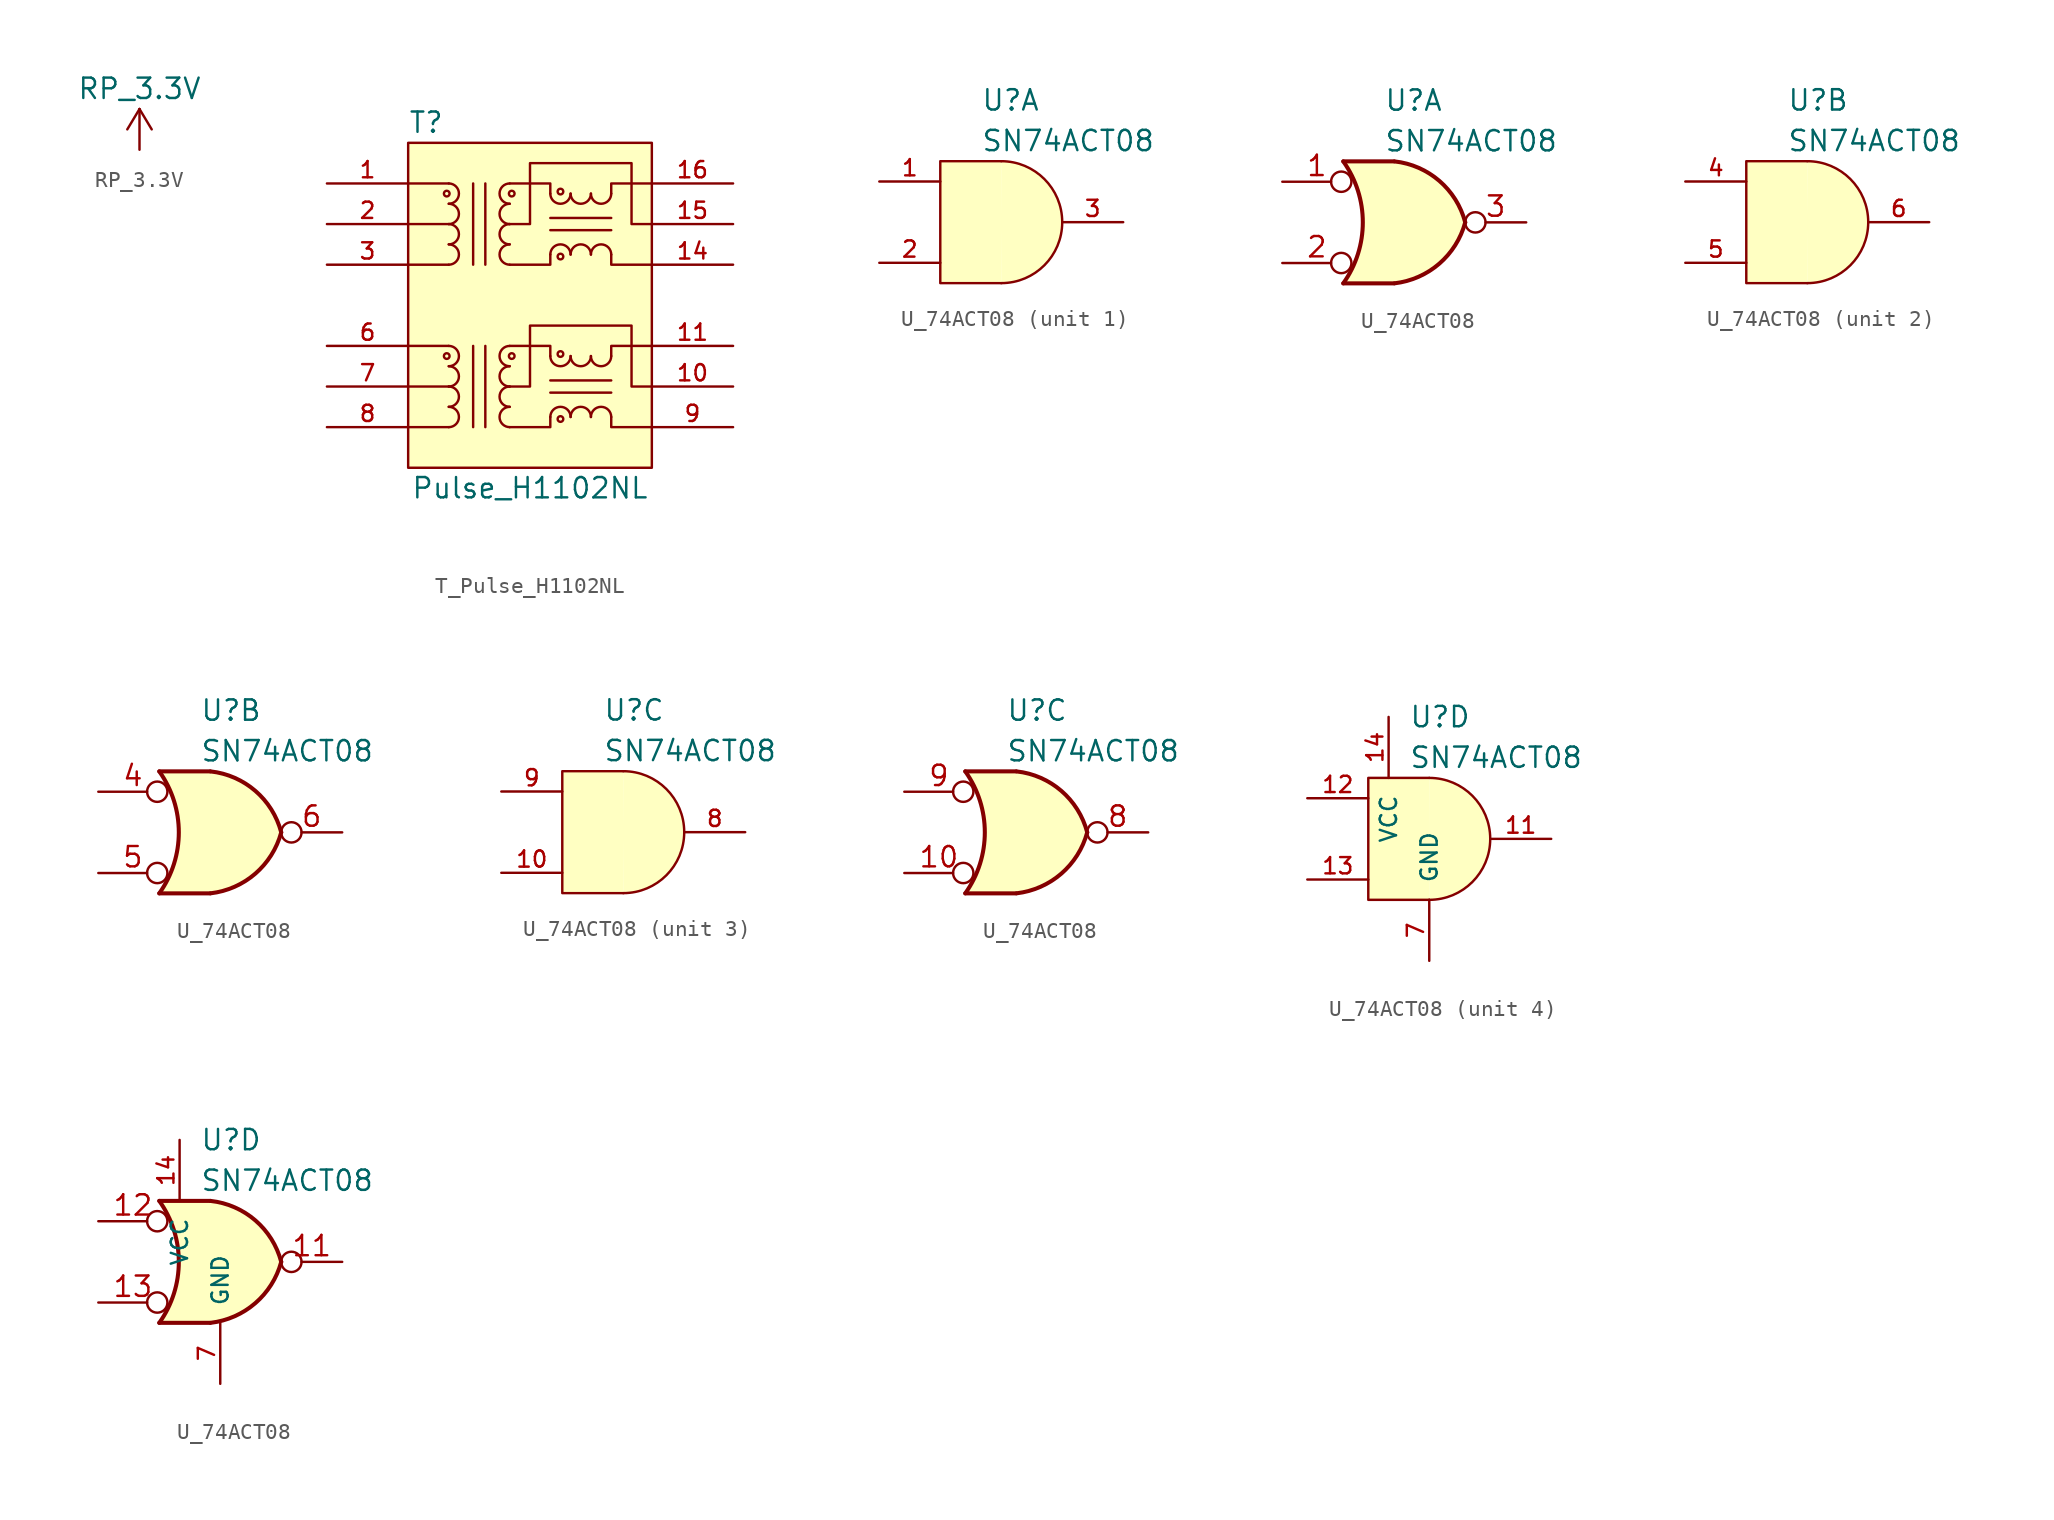
<source format=kicad_sym>
(kicad_symbol_lib
  (version 20220914)
  (generator kicad_symbol_editor)
  (symbol "RP_3.3V"
    (power)
    (pin_names
      (offset 0))
    (property "Reference" "#PWR"
      (at 0 -1.27 0)
      (effects (font (size 1.27 1.27)) hide))
    (property "Value" "RP_3.3V"
      (at 0 3.81 0)
      (effects (font (size 1.27 1.27))))
    (symbol "RP_3.3V_1_1"
      (polyline (pts (xy -0.762 1.27) (xy 0 2.54)) (stroke (width 0) (type default)) (fill (type none)))
      (polyline (pts (xy 0 0) (xy 0 2.54)) (stroke (width 0) (type default)) (fill (type none)))
      (polyline (pts (xy 0 2.54) (xy 0.762 1.27)) (stroke (width 0) (type default)) (fill (type none)))
      (pin power_in line (at 0 0 90) (length 0) hide (name "RP_3.3V" (effects (font (size 1.27 1.27)))) (number "1" (effects (font (size 1.27 1.27)))))))
  (symbol "T_Pulse_H1102NL"
    (pin_names hide)
    (property "Reference" "T"
      (at -7.62 11.43 0)
      (effects (font (size 1.27 1.27)) (justify left)))
    (property "Value" "Pulse_H1102NL"
      (at 0 -11.43 0)
      (effects (font (size 1.27 1.27))))
    (symbol "T_Pulse_H1102NL_0_1"
      (circle (center -5.207 -3.175) (radius 0.178) (stroke (width 0) (type default)) (fill (type none)))
      (arc (start -5.08 -7.62) (mid -4.4477 -6.985) (end -5.08 -6.35) (stroke (width 0) (type default)) (fill (type none)))
      (polyline (pts (xy -5.08 -7.62) (xy -7.62 -7.62)) (stroke (width 0) (type default)) (fill (type none)))
      (polyline (pts (xy -5.08 -5.08) (xy -7.62 -5.08)) (stroke (width 0) (type default)) (fill (type none)))
      (polyline (pts (xy -5.08 -2.54) (xy -7.62 -2.54)) (stroke (width 0) (type default)) (fill (type none)))
      (polyline (pts (xy -3.556 -2.54) (xy -3.556 -7.62)) (stroke (width 0) (type default)) (fill (type none)))
      (polyline (pts (xy -3.556 2.54) (xy -3.556 7.62)) (stroke (width 0) (type default)) (fill (type none)))
      (polyline (pts (xy -2.794 -7.62) (xy -2.794 -2.54)) (stroke (width 0) (type default)) (fill (type none)))
      (polyline (pts (xy -2.794 7.62) (xy -2.794 2.54)) (stroke (width 0) (type default)) (fill (type none)))
      (polyline (pts (xy 1.27 -5.461) (xy 5.08 -5.461)) (stroke (width 0) (type default)) (fill (type none)))
      (polyline (pts (xy 1.27 -4.699) (xy 5.08 -4.699)) (stroke (width 0) (type default)) (fill (type none)))
      (polyline (pts (xy -1.27 -2.54) (xy 1.27 -2.54) (xy 1.27 -3.175)) (stroke (width 0) (type default)) (fill (type none)))
      (polyline (pts (xy 1.27 -6.985) (xy 1.27 -7.62) (xy -1.27 -7.62)) (stroke (width 0) (type default)) (fill (type none)))
      (polyline (pts (xy 5.08 -6.985) (xy 5.08 -7.62) (xy 7.62 -7.62)) (stroke (width 0) (type default)) (fill (type none)))
      (polyline (pts (xy 5.08 -3.175) (xy 5.08 -2.54) (xy 7.62 -2.54)) (stroke (width 0) (type default)) (fill (type none))))
    (symbol "T_Pulse_H1102NL_1_1"
      (rectangle (start -7.62 10.16) (end 7.62 -10.16) (stroke (width 0) (type default)) (fill (type background)))
      (circle (center -5.207 6.985) (radius 0.178) (stroke (width 0) (type default)) (fill (type none)))
      (arc (start -5.08 -6.35) (mid -4.4477 -5.715) (end -5.08 -5.08) (stroke (width 0) (type default)) (fill (type none)))
      (arc (start -5.08 -5.08) (mid -4.4477 -4.445) (end -5.08 -3.81) (stroke (width 0) (type default)) (fill (type none)))
      (arc (start -5.08 -3.81) (mid -4.4477 -3.175) (end -5.08 -2.54) (stroke (width 0) (type default)) (fill (type none)))
      (arc (start -5.08 2.54) (mid -4.4477 3.175) (end -5.08 3.81) (stroke (width 0) (type default)) (fill (type none)))
      (arc (start -5.08 3.81) (mid -4.4477 4.445) (end -5.08 5.08) (stroke (width 0) (type default)) (fill (type none)))
      (arc (start -5.08 5.08) (mid -4.4477 5.715) (end -5.08 6.35) (stroke (width 0) (type default)) (fill (type none)))
      (arc (start -5.08 6.35) (mid -4.4477 6.985) (end -5.08 7.62) (stroke (width 0) (type default)) (fill (type none)))
      (arc (start -1.27 -6.35) (mid -1.9023 -6.985) (end -1.27 -7.62) (stroke (width 0) (type default)) (fill (type none)))
      (arc (start -1.27 -5.08) (mid -1.9023 -5.715) (end -1.27 -6.35) (stroke (width 0) (type default)) (fill (type none)))
      (arc (start -1.27 -3.81) (mid -1.9023 -4.445) (end -1.27 -5.08) (stroke (width 0) (type default)) (fill (type none)))
      (arc (start -1.27 -2.54) (mid -1.9023 -3.175) (end -1.27 -3.81) (stroke (width 0) (type default)) (fill (type none)))
      (arc (start -1.27 3.81) (mid -1.9023 3.175) (end -1.27 2.54) (stroke (width 0) (type default)) (fill (type none)))
      (arc (start -1.27 5.08) (mid -1.9023 4.445) (end -1.27 3.81) (stroke (width 0) (type default)) (fill (type none)))
      (arc (start -1.27 6.35) (mid -1.9023 5.715) (end -1.27 5.08) (stroke (width 0) (type default)) (fill (type none)))
      (arc (start -1.27 7.62) (mid -1.9023 6.985) (end -1.27 6.35) (stroke (width 0) (type default)) (fill (type none)))
      (circle (center -1.143 -3.175) (radius 0.178) (stroke (width 0) (type default)) (fill (type none)))
      (circle (center -1.143 6.985) (radius 0.178) (stroke (width 0) (type default)) (fill (type none)))
      (polyline (pts (xy -5.08 2.54) (xy -7.62 2.54)) (stroke (width 0) (type default)) (fill (type none)))
      (polyline (pts (xy -5.08 5.08) (xy -7.62 5.08)) (stroke (width 0) (type default)) (fill (type none)))
      (polyline (pts (xy -5.08 7.62) (xy -7.62 7.62)) (stroke (width 0) (type default)) (fill (type none)))
      (polyline (pts (xy 1.27 4.699) (xy 5.08 4.699)) (stroke (width 0) (type default)) (fill (type none)))
      (polyline (pts (xy 1.27 5.461) (xy 5.08 5.461)) (stroke (width 0) (type default)) (fill (type none)))
      (polyline (pts (xy -1.27 7.62) (xy 1.27 7.62) (xy 1.27 6.985)) (stroke (width 0) (type default)) (fill (type none)))
      (polyline (pts (xy 1.27 3.175) (xy 1.27 2.54) (xy -1.27 2.54)) (stroke (width 0) (type default)) (fill (type none)))
      (polyline (pts (xy 5.08 3.175) (xy 5.08 2.54) (xy 7.62 2.54)) (stroke (width 0) (type default)) (fill (type none)))
      (polyline (pts (xy 5.08 6.985) (xy 5.08 7.62) (xy 7.62 7.62)) (stroke (width 0) (type default)) (fill (type none)))
      (polyline (pts (xy -1.27 -5.08) (xy 0 -5.08) (xy 0 -1.27) (xy 6.35 -1.27) (xy 6.35 -5.08) (xy 7.62 -5.08)) (stroke (width 0) (type default)) (fill (type none)))
      (polyline (pts (xy 7.62 5.08) (xy 6.35 5.08) (xy 6.35 8.89) (xy 0 8.89) (xy 0 5.08) (xy -1.27 5.08)) (stroke (width 0) (type default)) (fill (type none)))
      (arc (start 1.27 -3.175) (mid 1.905 -3.8073) (end 2.54 -3.175) (stroke (width 0) (type default)) (fill (type none)))
      (arc (start 1.27 6.985) (mid 1.905 6.3527) (end 2.54 6.985) (stroke (width 0) (type default)) (fill (type none)))
      (circle (center 1.905 -7.112) (radius 0.178) (stroke (width 0) (type default)) (fill (type none)))
      (circle (center 1.905 -3.048) (radius 0.178) (stroke (width 0) (type default)) (fill (type none)))
      (circle (center 1.905 3.048) (radius 0.178) (stroke (width 0) (type default)) (fill (type none)))
      (circle (center 1.905 7.112) (radius 0.178) (stroke (width 0) (type default)) (fill (type none)))
      (arc (start 2.54 -6.985) (mid 1.905 -6.3527) (end 1.27 -6.985) (stroke (width 0) (type default)) (fill (type none)))
      (arc (start 2.54 -3.175) (mid 3.175 -3.8073) (end 3.81 -3.175) (stroke (width 0) (type default)) (fill (type none)))
      (arc (start 2.54 3.175) (mid 1.905 3.8073) (end 1.27 3.175) (stroke (width 0) (type default)) (fill (type none)))
      (arc (start 2.54 6.985) (mid 3.175 6.3527) (end 3.81 6.985) (stroke (width 0) (type default)) (fill (type none)))
      (arc (start 3.81 -6.985) (mid 3.175 -6.3527) (end 2.54 -6.985) (stroke (width 0) (type default)) (fill (type none)))
      (arc (start 3.81 -3.175) (mid 4.445 -3.8073) (end 5.08 -3.175) (stroke (width 0) (type default)) (fill (type none)))
      (arc (start 3.81 3.175) (mid 3.175 3.8073) (end 2.54 3.175) (stroke (width 0) (type default)) (fill (type none)))
      (arc (start 3.81 6.985) (mid 4.445 6.3527) (end 5.08 6.985) (stroke (width 0) (type default)) (fill (type none)))
      (arc (start 5.08 -6.985) (mid 4.445 -6.3527) (end 3.81 -6.985) (stroke (width 0) (type default)) (fill (type none)))
      (arc (start 5.08 3.175) (mid 4.445 3.8073) (end 3.81 3.175) (stroke (width 0) (type default)) (fill (type none)))
      (pin passive line (at -12.7 7.62 0) (length 5.08) (name "TD+" (effects (font (size 1.016 1.016)))) (number "1" (effects (font (size 1.016 1.016)))))
      (pin passive line (at 12.7 -5.08 180) (length 5.08) (name "C_RX" (effects (font (size 1.016 1.016)))) (number "10" (effects (font (size 1.016 1.016)))))
      (pin passive line (at 12.7 -2.54 180) (length 5.08) (name "RX+" (effects (font (size 1.016 1.016)))) (number "11" (effects (font (size 1.016 1.016)))))
      (pin no_connect line (at 3.81 -13.97 0) (length 0) hide (name "~" (effects (font (size 1.016 1.016)))) (number "12" (effects (font (size 1.016 1.016)))))
      (pin no_connect line (at 10.16 -13.97 0) (length 0) hide (name "~" (effects (font (size 1.016 1.016)))) (number "13" (effects (font (size 1.016 1.016)))))
      (pin passive line (at 12.7 2.54 180) (length 5.08) (name "TX-" (effects (font (size 1.016 1.016)))) (number "14" (effects (font (size 1.016 1.016)))))
      (pin passive line (at 12.7 5.08 180) (length 5.08) (name "C_TX" (effects (font (size 1.016 1.016)))) (number "15" (effects (font (size 1.016 1.016)))))
      (pin passive line (at 12.7 7.62 180) (length 5.08) (name "TX+" (effects (font (size 1.016 1.016)))) (number "16" (effects (font (size 1.016 1.016)))))
      (pin passive line (at -12.7 5.08 0) (length 5.08) (name "C_TD" (effects (font (size 1.016 1.016)))) (number "2" (effects (font (size 1.016 1.016)))))
      (pin passive line (at -12.7 2.54 0) (length 5.08) (name "TD-" (effects (font (size 1.016 1.016)))) (number "3" (effects (font (size 1.016 1.016)))))
      (pin no_connect line (at -8.89 -13.97 0) (length 0) hide (name "~" (effects (font (size 1.016 1.016)))) (number "4" (effects (font (size 1.016 1.016)))))
      (pin no_connect line (at -2.54 -13.97 0) (length 0) hide (name "~" (effects (font (size 1.016 1.016)))) (number "5" (effects (font (size 1.016 1.016)))))
      (pin passive line (at -12.7 -2.54 0) (length 5.08) (name "RD+" (effects (font (size 1.016 1.016)))) (number "6" (effects (font (size 1.016 1.016)))))
      (pin passive line (at -12.7 -5.08 0) (length 5.08) (name "C_RD" (effects (font (size 1.016 1.016)))) (number "7" (effects (font (size 1.016 1.016)))))
      (pin passive line (at -12.7 -7.62 0) (length 5.08) (name "RD-" (effects (font (size 1.016 1.016)))) (number "8" (effects (font (size 1.016 1.016)))))
      (pin passive line (at 12.7 -7.62 180) (length 5.08) (name "RX-" (effects (font (size 1.016 1.016)))) (number "9" (effects (font (size 1.016 1.016)))))))
  (symbol "U_74ACT08"
    (pin_names
      (offset 1.016))
    (property "Reference" "U"
      (at -1.27 7.62 0)
      (effects (font (size 1.27 1.27)) (justify left)))
    (property "Value" "SN74ACT08"
      (at -1.27 5.08 0)
      (effects (font (size 1.27 1.27)) (justify left)))
    (property "ki_locked" ""
      (at 0 0 0)
      (effects (font (size 1.27 1.27))))
    (symbol "U_74ACT08_1_1"
      (arc (start 0 -3.81) (mid 3.7934 0) (end 0 3.81) (stroke (width 0) (type default)) (fill (type background)))
      (polyline (pts (xy 0 3.81) (xy -3.81 3.81) (xy -3.81 -3.81) (xy 0 -3.81)) (stroke (width 0) (type default)) (fill (type background)))
      (pin input line (at -7.62 2.54 0) (length 3.81) (name "~" (effects (font (size 1.016 1.016)))) (number "1" (effects (font (size 1.016 1.016)))))
      (pin input line (at -7.62 -2.54 0) (length 3.81) (name "~" (effects (font (size 1.016 1.016)))) (number "2" (effects (font (size 1.016 1.016)))))
      (pin output line (at 7.62 0 180) (length 3.81) (name "~" (effects (font (size 1.016 1.016)))) (number "3" (effects (font (size 1.016 1.016))))))
    (symbol "U_74ACT08_1_2"
      (arc (start -3.81 -3.81) (mid -2.589 0) (end -3.81 3.81) (stroke (width 0.254) (type default)) (fill (type none)))
      (arc (start -0.6096 -3.81) (mid 2.1842 -2.5851) (end 3.81 0) (stroke (width 0.254) (type default)) (fill (type background)))
      (polyline (pts (xy -3.81 -3.81) (xy -0.635 -3.81)) (stroke (width 0.254) (type default)) (fill (type background)))
      (polyline (pts (xy -3.81 3.81) (xy -0.635 3.81)) (stroke (width 0.254) (type default)) (fill (type background)))
      (polyline (pts (xy -0.635 3.81) (xy -3.81 3.81) (xy -3.81 3.81) (xy -3.556 3.404) (xy -3.023 2.261) (xy -2.692 1.041) (xy -2.616 -0.254) (xy -2.769 -1.499) (xy -3.175 -2.718) (xy -3.81 -3.81) (xy -3.81 -3.81) (xy -0.635 -3.81)) (stroke (width -25.4) (type default)) (fill (type background)))
      (arc (start 3.81 0) (mid 2.1915 2.5936) (end -0.6096 3.81) (stroke (width 0.254) (type default)) (fill (type background)))
      (pin input inverted (at -7.62 2.54 0) (length 4.318) (name "~" (effects (font (size 1.27 1.27)))) (number "1" (effects (font (size 1.27 1.27)))))
      (pin input inverted (at -7.62 -2.54 0) (length 4.318) (name "~" (effects (font (size 1.27 1.27)))) (number "2" (effects (font (size 1.27 1.27)))))
      (pin output inverted (at 7.62 0 180) (length 3.81) (name "~" (effects (font (size 1.27 1.27)))) (number "3" (effects (font (size 1.27 1.27))))))
    (symbol "U_74ACT08_2_1"
      (arc (start 0 -3.81) (mid 3.7934 0) (end 0 3.81) (stroke (width 0) (type default)) (fill (type background)))
      (polyline (pts (xy 0 3.81) (xy -3.81 3.81) (xy -3.81 -3.81) (xy 0 -3.81)) (stroke (width 0) (type default)) (fill (type background)))
      (pin input line (at -7.62 2.54 0) (length 3.81) (name "~" (effects (font (size 1.016 1.016)))) (number "4" (effects (font (size 1.016 1.016)))))
      (pin input line (at -7.62 -2.54 0) (length 3.81) (name "~" (effects (font (size 1.016 1.016)))) (number "5" (effects (font (size 1.016 1.016)))))
      (pin output line (at 7.62 0 180) (length 3.81) (name "~" (effects (font (size 1.016 1.016)))) (number "6" (effects (font (size 1.016 1.016))))))
    (symbol "U_74ACT08_2_2"
      (arc (start -3.81 -3.81) (mid -2.589 0) (end -3.81 3.81) (stroke (width 0.254) (type default)) (fill (type none)))
      (arc (start -0.6096 -3.81) (mid 2.1842 -2.5851) (end 3.81 0) (stroke (width 0.254) (type default)) (fill (type background)))
      (polyline (pts (xy -3.81 -3.81) (xy -0.635 -3.81)) (stroke (width 0.254) (type default)) (fill (type background)))
      (polyline (pts (xy -3.81 3.81) (xy -0.635 3.81)) (stroke (width 0.254) (type default)) (fill (type background)))
      (polyline (pts (xy -0.635 3.81) (xy -3.81 3.81) (xy -3.81 3.81) (xy -3.556 3.404) (xy -3.023 2.261) (xy -2.692 1.041) (xy -2.616 -0.254) (xy -2.769 -1.499) (xy -3.175 -2.718) (xy -3.81 -3.81) (xy -3.81 -3.81) (xy -0.635 -3.81)) (stroke (width -25.4) (type default)) (fill (type background)))
      (arc (start 3.81 0) (mid 2.1915 2.5936) (end -0.6096 3.81) (stroke (width 0.254) (type default)) (fill (type background)))
      (pin input inverted (at -7.62 2.54 0) (length 4.318) (name "~" (effects (font (size 1.27 1.27)))) (number "4" (effects (font (size 1.27 1.27)))))
      (pin input inverted (at -7.62 -2.54 0) (length 4.318) (name "~" (effects (font (size 1.27 1.27)))) (number "5" (effects (font (size 1.27 1.27)))))
      (pin output inverted (at 7.62 0 180) (length 3.81) (name "~" (effects (font (size 1.27 1.27)))) (number "6" (effects (font (size 1.27 1.27))))))
    (symbol "U_74ACT08_3_1"
      (arc (start 0 -3.81) (mid 3.7934 0) (end 0 3.81) (stroke (width 0) (type default)) (fill (type background)))
      (polyline (pts (xy 0 3.81) (xy -3.81 3.81) (xy -3.81 -3.81) (xy 0 -3.81)) (stroke (width 0) (type default)) (fill (type background)))
      (pin input line (at -7.62 -2.54 0) (length 3.81) (name "~" (effects (font (size 1.016 1.016)))) (number "10" (effects (font (size 1.016 1.016)))))
      (pin output line (at 7.62 0 180) (length 3.81) (name "~" (effects (font (size 1.016 1.016)))) (number "8" (effects (font (size 1.016 1.016)))))
      (pin input line (at -7.62 2.54 0) (length 3.81) (name "~" (effects (font (size 1.016 1.016)))) (number "9" (effects (font (size 1.016 1.016))))))
    (symbol "U_74ACT08_3_2"
      (arc (start -3.81 -3.81) (mid -2.589 0) (end -3.81 3.81) (stroke (width 0.254) (type default)) (fill (type none)))
      (arc (start -0.6096 -3.81) (mid 2.1842 -2.5851) (end 3.81 0) (stroke (width 0.254) (type default)) (fill (type background)))
      (polyline (pts (xy -3.81 -3.81) (xy -0.635 -3.81)) (stroke (width 0.254) (type default)) (fill (type background)))
      (polyline (pts (xy -3.81 3.81) (xy -0.635 3.81)) (stroke (width 0.254) (type default)) (fill (type background)))
      (polyline (pts (xy -0.635 3.81) (xy -3.81 3.81) (xy -3.81 3.81) (xy -3.556 3.404) (xy -3.023 2.261) (xy -2.692 1.041) (xy -2.616 -0.254) (xy -2.769 -1.499) (xy -3.175 -2.718) (xy -3.81 -3.81) (xy -3.81 -3.81) (xy -0.635 -3.81)) (stroke (width -25.4) (type default)) (fill (type background)))
      (arc (start 3.81 0) (mid 2.1915 2.5936) (end -0.6096 3.81) (stroke (width 0.254) (type default)) (fill (type background)))
      (pin input inverted (at -7.62 -2.54 0) (length 4.318) (name "~" (effects (font (size 1.27 1.27)))) (number "10" (effects (font (size 1.27 1.27)))))
      (pin output inverted (at 7.62 0 180) (length 3.81) (name "~" (effects (font (size 1.27 1.27)))) (number "8" (effects (font (size 1.27 1.27)))))
      (pin input inverted (at -7.62 2.54 0) (length 4.318) (name "~" (effects (font (size 1.27 1.27)))) (number "9" (effects (font (size 1.27 1.27))))))
    (symbol "U_74ACT08_4_0"
      (pin power_in line (at -2.54 7.62 270) (length 3.81) (name "VCC" (effects (font (size 1.016 1.016)))) (number "14" (effects (font (size 1.016 1.016)))))
      (pin power_in line (at 0 -7.62 90) (length 3.81) (name "GND" (effects (font (size 1.016 1.016)))) (number "7" (effects (font (size 1.016 1.016))))))
    (symbol "U_74ACT08_4_1"
      (arc (start 0 -3.81) (mid 3.7934 0) (end 0 3.81) (stroke (width 0) (type default)) (fill (type background)))
      (polyline (pts (xy 0 3.81) (xy -3.81 3.81) (xy -3.81 -3.81) (xy 0 -3.81)) (stroke (width 0) (type default)) (fill (type background)))
      (pin output line (at 7.62 0 180) (length 3.81) (name "~" (effects (font (size 1.016 1.016)))) (number "11" (effects (font (size 1.016 1.016)))))
      (pin input line (at -7.62 2.54 0) (length 3.81) (name "~" (effects (font (size 1.016 1.016)))) (number "12" (effects (font (size 1.016 1.016)))))
      (pin input line (at -7.62 -2.54 0) (length 3.81) (name "~" (effects (font (size 1.016 1.016)))) (number "13" (effects (font (size 1.016 1.016))))))
    (symbol "U_74ACT08_4_2"
      (arc (start -3.81 -3.81) (mid -2.589 0) (end -3.81 3.81) (stroke (width 0.254) (type default)) (fill (type none)))
      (arc (start -0.6096 -3.81) (mid 2.1842 -2.5851) (end 3.81 0) (stroke (width 0.254) (type default)) (fill (type background)))
      (polyline (pts (xy -3.81 -3.81) (xy -0.635 -3.81)) (stroke (width 0.254) (type default)) (fill (type background)))
      (polyline (pts (xy -3.81 3.81) (xy -0.635 3.81)) (stroke (width 0.254) (type default)) (fill (type background)))
      (polyline (pts (xy -0.635 3.81) (xy -3.81 3.81) (xy -3.81 3.81) (xy -3.556 3.404) (xy -3.023 2.261) (xy -2.692 1.041) (xy -2.616 -0.254) (xy -2.769 -1.499) (xy -3.175 -2.718) (xy -3.81 -3.81) (xy -3.81 -3.81) (xy -0.635 -3.81)) (stroke (width -25.4) (type default)) (fill (type background)))
      (arc (start 3.81 0) (mid 2.1915 2.5936) (end -0.6096 3.81) (stroke (width 0.254) (type default)) (fill (type background)))
      (pin output inverted (at 7.62 0 180) (length 3.81) (name "~" (effects (font (size 1.27 1.27)))) (number "11" (effects (font (size 1.27 1.27)))))
      (pin input inverted (at -7.62 2.54 0) (length 4.318) (name "~" (effects (font (size 1.27 1.27)))) (number "12" (effects (font (size 1.27 1.27)))))
      (pin input inverted (at -7.62 -2.54 0) (length 4.318) (name "~" (effects (font (size 1.27 1.27)))) (number "13" (effects (font (size 1.27 1.27))))))))
</source>
